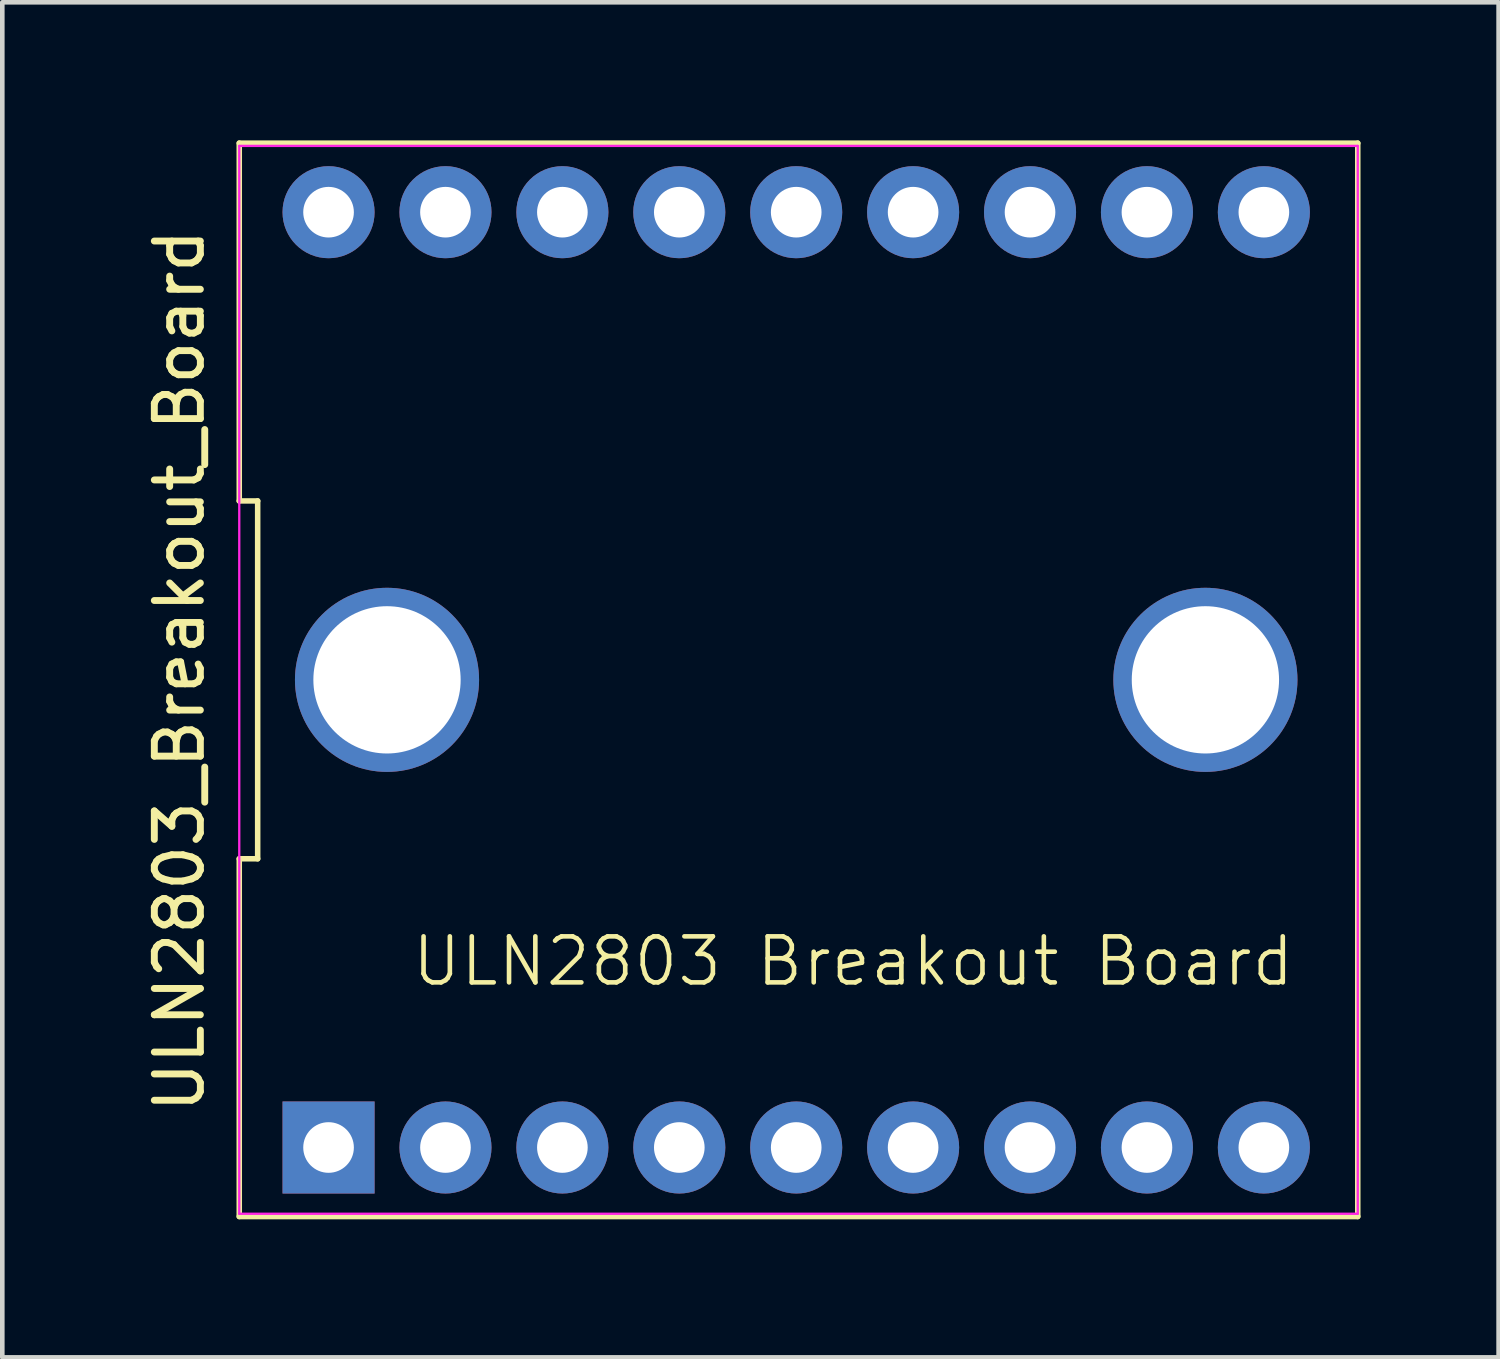
<source format=kicad_pcb>
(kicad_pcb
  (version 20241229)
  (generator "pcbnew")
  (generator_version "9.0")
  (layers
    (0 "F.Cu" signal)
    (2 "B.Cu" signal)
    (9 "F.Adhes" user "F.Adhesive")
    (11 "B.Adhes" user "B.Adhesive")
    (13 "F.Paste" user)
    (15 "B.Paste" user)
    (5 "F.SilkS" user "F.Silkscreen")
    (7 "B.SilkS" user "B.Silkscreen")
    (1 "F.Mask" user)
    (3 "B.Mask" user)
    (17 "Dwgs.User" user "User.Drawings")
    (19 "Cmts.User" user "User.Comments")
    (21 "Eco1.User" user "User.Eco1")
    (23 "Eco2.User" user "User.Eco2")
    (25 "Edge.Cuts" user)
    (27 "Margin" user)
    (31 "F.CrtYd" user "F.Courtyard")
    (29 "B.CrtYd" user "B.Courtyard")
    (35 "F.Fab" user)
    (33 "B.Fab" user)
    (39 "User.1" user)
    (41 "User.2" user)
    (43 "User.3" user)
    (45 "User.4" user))
  (footprint "ULN2803_Breakout_Board"
    (layer "F.Cu")
    (at 14.248 11.72)
    (property "Reference" "ULN2803_Breakout_Board" (at -13.4 -0.2 90) (layer "F.SilkS") (effects (font (size 1 1) (thickness 0.15))))
    (attr through_hole)
    (fp_line (start -12.1 -11.66) (end -12.1 -3.887) (stroke (width 0.12) (type default)) (layer "F.SilkS"))
    (fp_line (start -12.1 -3.887) (end -11.7 -3.887) (stroke (width 0.12) (type default)) (layer "F.SilkS"))
    (fp_line (start -12.1 3.887) (end -12.1 11.66) (stroke (width 0.12) (type default)) (layer "F.SilkS"))
    (fp_line (start -12.1 11.66) (end 12.2 11.66) (stroke (width 0.12) (type default)) (layer "F.SilkS"))
    (fp_line (start -11.7 -3.887) (end -11.7 3.887) (stroke (width 0.12) (type default)) (layer "F.SilkS"))
    (fp_line (start -11.7 3.887) (end -12.1 3.887) (stroke (width 0.12) (type default)) (layer "F.SilkS"))
    (fp_line (start 12.2 -11.66) (end -12.1 -11.66) (stroke (width 0.12) (type default)) (layer "F.SilkS"))
    (fp_line (start 12.2 11.66) (end 12.2 -11.66) (stroke (width 0.12) (type default)) (layer "F.SilkS"))
    (fp_line (start -12.1 -11.6) (end 12.2 -11.6) (stroke (width 0.05) (type default)) (layer "F.CrtYd"))
    (fp_line (start -12.1 11.6) (end -12.1 -11.6) (stroke (width 0.05) (type default)) (layer "F.CrtYd"))
    (fp_line (start 12.2 -11.6) (end 12.2 11.6) (stroke (width 0.05) (type default)) (layer "F.CrtYd"))
    (fp_line (start 12.2 11.6) (end -12.1 11.6) (stroke (width 0.05) (type default)) (layer "F.CrtYd"))
    (fp_text user "ULN2803 Breakout Board" (at -8.4 6.7 0) (unlocked yes) (layer "F.SilkS") (effects (font (size 1 1) (thickness 0.1)) (justify left bottom)))
    (pad "" np_thru_hole circle (at -8.89 0) (size 4 4) (drill 3.2) (layers "*.Cu" "*.Mask"))
    (pad "" np_thru_hole circle (at 8.89 0) (size 4 4) (drill 3.2) (layers "*.Cu" "*.Mask"))
    (pad "1" thru_hole rect (at -10.16 10.16) (size 2 2) (drill 1.1) (layers "*.Cu" "*.Mask"))
    (pad "2" thru_hole circle (at -7.62 10.16) (size 2 2) (drill 1.1) (layers "*.Cu" "*.Mask"))
    (pad "3" thru_hole circle (at -5.08 10.16) (size 2 2) (drill 1.1) (layers "*.Cu" "*.Mask"))
    (pad "4" thru_hole circle (at -2.54 10.16) (size 2 2) (drill 1.1) (layers "*.Cu" "*.Mask"))
    (pad "5" thru_hole circle (at 0 10.16) (size 2 2) (drill 1.1) (layers "*.Cu" "*.Mask"))
    (pad "6" thru_hole circle (at 2.54 10.16) (size 2 2) (drill 1.1) (layers "*.Cu" "*.Mask"))
    (pad "7" thru_hole circle (at 5.08 10.16) (size 2 2) (drill 1.1) (layers "*.Cu" "*.Mask"))
    (pad "8" thru_hole circle (at 7.62 10.16) (size 2 2) (drill 1.1) (layers "*.Cu" "*.Mask"))
    (pad "9" thru_hole circle (at 10.16 10.16) (size 2 2) (drill 1.1) (layers "*.Cu" "*.Mask"))
    (pad "10" thru_hole circle (at 10.16 -10.16) (size 2 2) (drill 1.1) (layers "*.Cu" "*.Mask"))
    (pad "11" thru_hole circle (at 7.62 -10.16) (size 2 2) (drill 1.1) (layers "*.Cu" "*.Mask"))
    (pad "12" thru_hole circle (at 5.08 -10.16) (size 2 2) (drill 1.1) (layers "*.Cu" "*.Mask"))
    (pad "13" thru_hole circle (at 2.54 -10.16) (size 2 2) (drill 1.1) (layers "*.Cu" "*.Mask"))
    (pad "14" thru_hole circle (at 0 -10.16) (size 2 2) (drill 1.1) (layers "*.Cu" "*.Mask"))
    (pad "15" thru_hole circle (at -2.54 -10.16) (size 2 2) (drill 1.1) (layers "*.Cu" "*.Mask"))
    (pad "16" thru_hole circle (at -5.08 -10.16) (size 2 2) (drill 1.1) (layers "*.Cu" "*.Mask"))
    (pad "17" thru_hole circle (at -7.62 -10.16) (size 2 2) (drill 1.1) (layers "*.Cu" "*.Mask"))
    (pad "18" thru_hole circle (at -10.16 -10.16) (size 2 2) (drill 1.1) (layers "*.Cu" "*.Mask")))
  (gr_rect
    (start -3 -3)
    (end 29.508 26.44)
    (stroke (width 0.1) (type default))
    (fill no)
    (layer "Edge.Cuts")))
</source>
